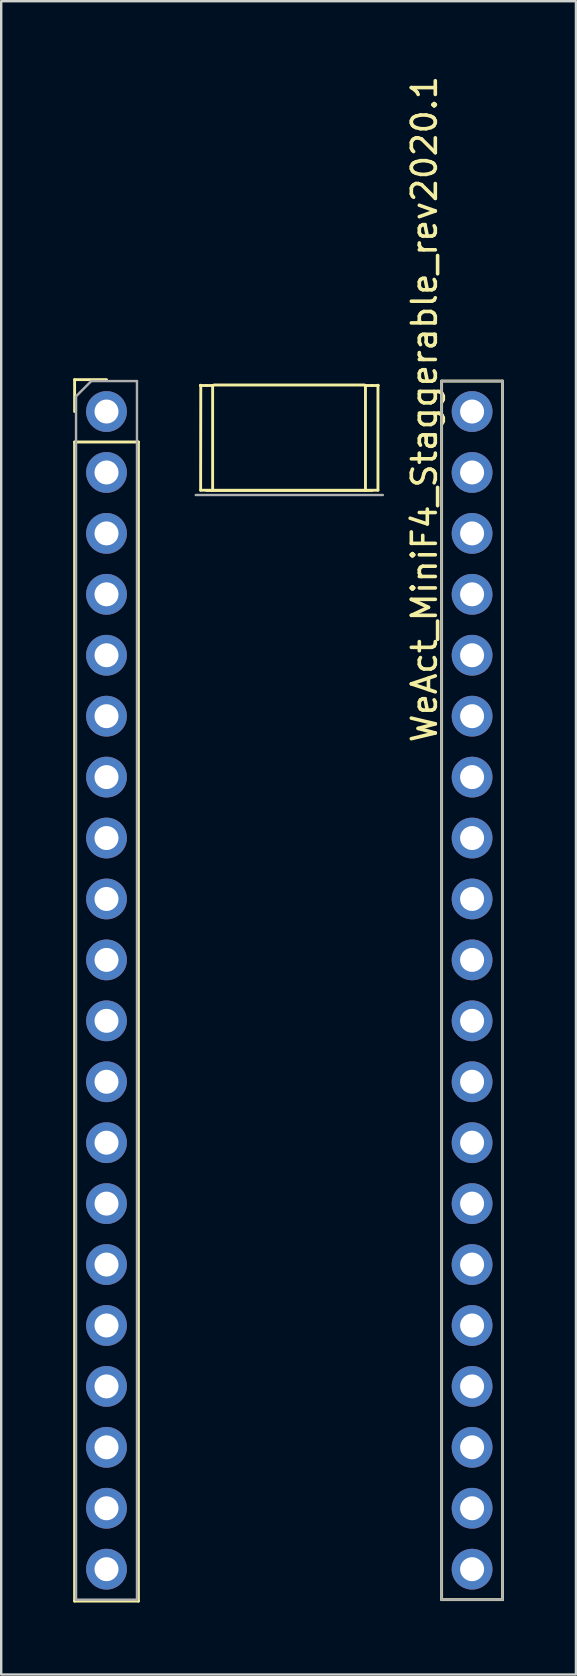
<source format=kicad_pcb>
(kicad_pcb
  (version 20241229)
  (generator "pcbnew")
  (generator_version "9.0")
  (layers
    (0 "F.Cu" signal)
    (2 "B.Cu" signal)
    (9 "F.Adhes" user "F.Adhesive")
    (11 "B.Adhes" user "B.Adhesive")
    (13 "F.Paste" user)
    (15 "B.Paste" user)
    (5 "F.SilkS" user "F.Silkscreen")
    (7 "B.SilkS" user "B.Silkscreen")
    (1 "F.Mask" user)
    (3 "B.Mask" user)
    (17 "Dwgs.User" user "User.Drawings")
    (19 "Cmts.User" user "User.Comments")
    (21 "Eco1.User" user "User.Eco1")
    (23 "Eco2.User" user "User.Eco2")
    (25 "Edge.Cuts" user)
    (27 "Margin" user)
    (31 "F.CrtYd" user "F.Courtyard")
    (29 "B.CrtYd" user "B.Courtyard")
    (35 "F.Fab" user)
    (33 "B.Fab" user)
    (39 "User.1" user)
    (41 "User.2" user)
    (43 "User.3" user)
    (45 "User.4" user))
  (footprint "WeAct_MiniF4_Staggerable_rev2020.1"
    (layer "F.Cu")
    (at 1.39 14.106)
    (property "Reference" "WeAct_MiniF4_Staggerable_rev2020.1" (at 13.252 -0.1 90) (layer "F.SilkS") (effects (font (size 1 1) (thickness 0.15))))
    (attr through_hole)
    (fp_line (start -1.33 -1.33) (end 0 -1.33) (stroke (width 0.12) (type solid)) (layer "F.SilkS"))
    (fp_line (start -1.33 0) (end -1.33 -1.33) (stroke (width 0.12) (type solid)) (layer "F.SilkS"))
    (fp_line (start -1.33 1.27) (end 1.33 1.27) (stroke (width 0.12) (type solid)) (layer "F.SilkS"))
    (fp_line (start -1.33 49.59) (end -1.33 1.27) (stroke (width 0.12) (type solid)) (layer "F.SilkS"))
    (fp_line (start 1.33 1.27) (end 1.33 49.59) (stroke (width 0.12) (type solid)) (layer "F.SilkS"))
    (fp_line (start 1.33 49.59) (end -1.33 49.59) (stroke (width 0.12) (type solid)) (layer "F.SilkS"))
    (fp_line (start 3.924 -1.093) (end 3.929 -1.085) (stroke (width 0.12) (type solid)) (layer "F.SilkS"))
    (fp_line (start 3.924 -1.091) (end 3.924 -1.093) (stroke (width 0.12) (type solid)) (layer "F.SilkS"))
    (fp_line (start 3.929 -1.085) (end 3.93 -1.085) (stroke (width 0.12) (type solid)) (layer "F.SilkS"))
    (fp_line (start 3.93 -1.085) (end 3.924 3.28) (stroke (width 0.12) (type solid)) (layer "F.SilkS"))
    (fp_line (start 3.93 -1.085) (end 4.42 -1.085) (stroke (width 0.12) (type solid)) (layer "F.SilkS"))
    (fp_line (start 4.17 -1.085) (end 4.17 -1.089) (stroke (width 0.12) (type solid)) (layer "F.SilkS"))
    (fp_line (start 4.42 -1.085) (end 4.424 -1.085) (stroke (width 0.12) (type solid)) (layer "F.SilkS"))
    (fp_line (start 4.424 -1.085) (end 4.424 3.29) (stroke (width 0.12) (type solid)) (layer "F.SilkS"))
    (fp_line (start 10.758 -1.106) (end 4.482 -1.106) (stroke (width 0.12) (type solid)) (layer "F.SilkS"))
    (fp_line (start 10.795 -1.085) (end 10.795 3.29) (stroke (width 0.12) (type solid)) (layer "F.SilkS"))
    (fp_line (start 10.82 -1.085) (end 10.816 -1.085) (stroke (width 0.12) (type solid)) (layer "F.SilkS"))
    (fp_line (start 11.07 -1.085) (end 11.07 -1.089) (stroke (width 0.12) (type solid)) (layer "F.SilkS"))
    (fp_line (start 11.07 3.29) (end 4.17 3.29) (stroke (width 0.12) (type solid)) (layer "F.SilkS"))
    (fp_line (start 11.31 -1.085) (end 10.82 -1.085) (stroke (width 0.12) (type solid)) (layer "F.SilkS"))
    (fp_line (start 11.311 -1.085) (end 11.31 -1.085) (stroke (width 0.12) (type solid)) (layer "F.SilkS"))
    (fp_line (start 11.316 -1.091) (end 11.316 -1.093) (stroke (width 0.12) (type solid)) (layer "F.SilkS"))
    (fp_line (start 11.316 3.28) (end 3.924 3.28) (stroke (width 0.12) (type solid)) (layer "F.SilkS"))
    (fp_line (start 11.316 -1.093) (end 11.311 -1.085) (stroke (width 0.12) (type solid)) (layer "F.SilkS"))
    (fp_line (start 11.316 -1.093) (end 11.316 3.28) (stroke (width 0.12) (type solid)) (layer "F.SilkS"))
    (fp_line (start 13.97 -1.27) (end 16.51 -1.27) (stroke (width 0.12) (type solid)) (layer "F.SilkS"))
    (fp_line (start 13.97 49.53) (end 13.97 -1.27) (stroke (width 0.12) (type solid)) (layer "F.SilkS"))
    (fp_line (start 16.51 -1.27) (end 16.51 49.53) (stroke (width 0.12) (type solid)) (layer "F.SilkS"))
    (fp_line (start 16.51 49.53) (end 13.97 49.53) (stroke (width 0.12) (type solid)) (layer "F.SilkS"))
    (fp_line (start -1.27 -0.635) (end -0.635 -1.27) (stroke (width 0.1) (type solid)) (layer "F.Fab"))
    (fp_line (start -1.27 49.53) (end -1.27 -0.635) (stroke (width 0.1) (type solid)) (layer "F.Fab"))
    (fp_line (start -0.635 -1.27) (end 1.27 -1.27) (stroke (width 0.1) (type solid)) (layer "F.Fab"))
    (fp_line (start 1.27 -1.27) (end 1.27 49.53) (stroke (width 0.1) (type solid)) (layer "F.Fab"))
    (fp_line (start 1.27 49.53) (end -1.27 49.53) (stroke (width 0.1) (type solid)) (layer "F.Fab"))
    (fp_line (start 3.72 3.48) (end 11.52 3.48) (stroke (width 0.1) (type solid)) (layer "F.Fab"))
    (fp_line (start 13.97 -1.27) (end 16.51 -1.27) (stroke (width 0.1) (type solid)) (layer "F.Fab"))
    (fp_line (start 13.97 49.53) (end 13.97 -1.27) (stroke (width 0.1) (type solid)) (layer "F.Fab"))
    (fp_line (start 16.51 -1.27) (end 16.51 49.53) (stroke (width 0.1) (type solid)) (layer "F.Fab"))
    (fp_line (start 16.51 49.53) (end 13.97 49.53) (stroke (width 0.1) (type solid)) (layer "F.Fab"))
    (pad "1" thru_hole circle (at 15.24 48.26) (size 1.7 1.7) (drill 1) (layers "*.Cu" "*.Mask"))
    (pad "2" thru_hole circle (at 15.24 45.72) (size 1.7 1.7) (drill 1) (layers "*.Cu" "*.Mask"))
    (pad "3" thru_hole circle (at 15.24 43.18) (size 1.7 1.7) (drill 1) (layers "*.Cu" "*.Mask"))
    (pad "3V3" thru_hole circle (at 15.24 5.08) (size 1.7 1.7) (drill 1) (layers "*.Cu" "*.Mask"))
    (pad "4" thru_hole circle (at 15.24 40.64) (size 1.7 1.7) (drill 1) (layers "*.Cu" "*.Mask"))
    (pad "5V" thru_hole circle (at 15.24 0) (size 1.7 1.7) (drill 1) (layers "*.Cu" "*.Mask"))
    (pad "7" thru_hole circle (at 15.24 38.1) (size 1.7 1.7) (drill 1) (layers "*.Cu" "*.Mask"))
    (pad "10" thru_hole circle (at 15.24 35.56) (size 1.7 1.7) (drill 1) (layers "*.Cu" "*.Mask"))
    (pad "11" thru_hole circle (at 15.24 33.02) (size 1.7 1.7) (drill 1) (layers "*.Cu" "*.Mask"))
    (pad "12" thru_hole circle (at 15.24 30.48) (size 1.7 1.7) (drill 1) (layers "*.Cu" "*.Mask"))
    (pad "13" thru_hole circle (at 15.24 27.94) (size 1.7 1.7) (drill 1) (layers "*.Cu" "*.Mask"))
    (pad "14" thru_hole circle (at 15.24 25.4) (size 1.7 1.7) (drill 1) (layers "*.Cu" "*.Mask"))
    (pad "15" thru_hole circle (at 15.24 22.86) (size 1.7 1.7) (drill 1) (layers "*.Cu" "*.Mask"))
    (pad "16" thru_hole circle (at 15.24 20.32) (size 1.7 1.7) (drill 1) (layers "*.Cu" "*.Mask"))
    (pad "17" thru_hole circle (at 15.24 17.78) (size 1.7 1.7) (drill 1) (layers "*.Cu" "*.Mask"))
    (pad "18" thru_hole circle (at 15.24 15.24) (size 1.7 1.7) (drill 1) (layers "*.Cu" "*.Mask"))
    (pad "19" thru_hole circle (at 15.24 12.7) (size 1.7 1.7) (drill 1) (layers "*.Cu" "*.Mask"))
    (pad "20" thru_hole circle (at 15.24 10.16) (size 1.7 1.7) (drill 1) (layers "*.Cu" "*.Mask"))
    (pad "21" thru_hole circle (at 15.24 7.62) (size 1.7 1.7) (drill 1) (layers "*.Cu" "*.Mask"))
    (pad "25" thru_hole circle (at 0 0) (size 1.7 1.7) (drill 1) (layers "*.Cu" "*.Mask"))
    (pad "26" thru_hole circle (at 0 2.54) (size 1.7 1.7) (drill 1) (layers "*.Cu" "*.Mask"))
    (pad "27" thru_hole circle (at 0 5.08) (size 1.7 1.7) (drill 1) (layers "*.Cu" "*.Mask"))
    (pad "28" thru_hole circle (at 0 7.62) (size 1.7 1.7) (drill 1) (layers "*.Cu" "*.Mask"))
    (pad "29" thru_hole circle (at 0 10.16) (size 1.7 1.7) (drill 1) (layers "*.Cu" "*.Mask"))
    (pad "30" thru_hole circle (at 0 12.7) (size 1.7 1.7) (drill 1) (layers "*.Cu" "*.Mask"))
    (pad "31" thru_hole circle (at 0 15.24) (size 1.7 1.7) (drill 1) (layers "*.Cu" "*.Mask"))
    (pad "32" thru_hole circle (at 0 17.78) (size 1.7 1.7) (drill 1) (layers "*.Cu" "*.Mask"))
    (pad "33" thru_hole circle (at 0 20.32) (size 1.7 1.7) (drill 1) (layers "*.Cu" "*.Mask"))
    (pad "38" thru_hole circle (at 0 22.86) (size 1.7 1.7) (drill 1) (layers "*.Cu" "*.Mask"))
    (pad "39" thru_hole circle (at 0 25.4) (size 1.7 1.7) (drill 1) (layers "*.Cu" "*.Mask"))
    (pad "40" thru_hole circle (at 0 27.94) (size 1.7 1.7) (drill 1) (layers "*.Cu" "*.Mask"))
    (pad "41" thru_hole circle (at 0 30.48) (size 1.7 1.7) (drill 1) (layers "*.Cu" "*.Mask"))
    (pad "42" thru_hole circle (at 0 33.02) (size 1.7 1.7) (drill 1) (layers "*.Cu" "*.Mask"))
    (pad "43" thru_hole circle (at 0 35.56) (size 1.7 1.7) (drill 1) (layers "*.Cu" "*.Mask"))
    (pad "45" thru_hole circle (at 0 38.1) (size 1.7 1.7) (drill 1) (layers "*.Cu" "*.Mask"))
    (pad "46" thru_hole circle (at 0 40.64) (size 1.7 1.7) (drill 1) (layers "*.Cu" "*.Mask"))
    (pad "GND" thru_hole circle (at 15.24 2.54) (size 1.7 1.7) (drill 1) (layers "*.Cu" "*.Mask"))
    (pad "NC_3V3" thru_hole circle (at 0 48.26) (size 1.7 1.7) (drill 1) (layers "*.Cu" "*.Mask"))
    (pad "NC_5V" thru_hole circle (at 0 43.18) (size 1.7 1.7) (drill 1) (layers "*.Cu" "*.Mask"))
    (pad "NC_GND" thru_hole circle (at 0 45.72) (size 1.7 1.7) (drill 1) (layers "*.Cu" "*.Mask")))
  (gr_rect
    (start -3 -3)
    (end 20.96 66.756)
    (stroke (width 0.1) (type default))
    (fill no)
    (layer "Edge.Cuts")))
</source>
